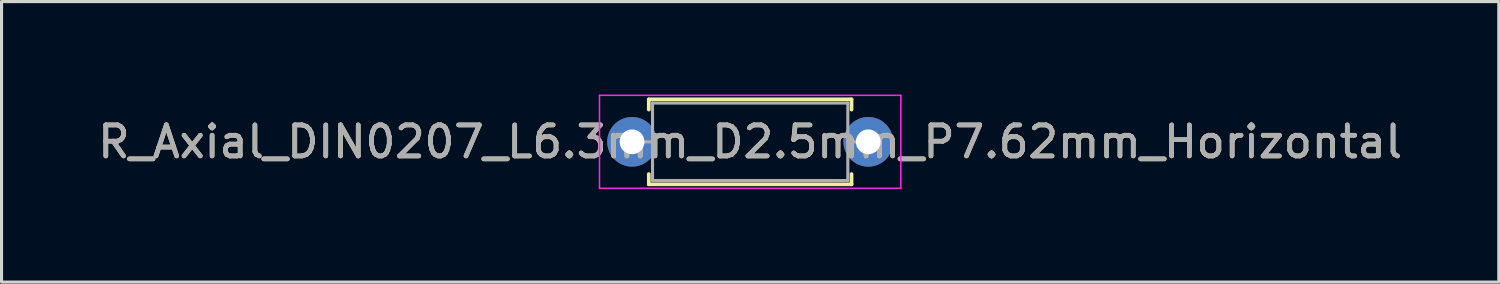
<source format=kicad_pcb>
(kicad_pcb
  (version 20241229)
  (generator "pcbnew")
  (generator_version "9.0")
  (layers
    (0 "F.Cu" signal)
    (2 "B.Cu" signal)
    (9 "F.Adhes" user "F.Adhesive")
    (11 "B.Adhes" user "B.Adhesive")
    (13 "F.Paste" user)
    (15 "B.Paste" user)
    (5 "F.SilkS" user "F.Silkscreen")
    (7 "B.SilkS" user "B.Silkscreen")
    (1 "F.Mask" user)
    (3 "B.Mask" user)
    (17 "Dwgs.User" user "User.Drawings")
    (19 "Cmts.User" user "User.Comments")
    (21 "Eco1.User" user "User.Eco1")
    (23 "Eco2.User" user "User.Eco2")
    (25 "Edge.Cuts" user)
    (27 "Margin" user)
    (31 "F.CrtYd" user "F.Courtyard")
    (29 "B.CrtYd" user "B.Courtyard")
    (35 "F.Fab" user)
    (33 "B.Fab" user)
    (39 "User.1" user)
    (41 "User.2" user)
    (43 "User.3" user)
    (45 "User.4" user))
  (footprint "R_Axial_DIN0207_L6.3mm_D2.5mm_P7.62mm_Horizontal"
    (layer "F.Cu")
    (at 17.339 1.525)
    (property "Reference" "R_Axial_DIN0207_L6.3mm_D2.5mm_P7.62mm_Horizontal" (at 3.81 0 0) (layer "F.SilkS") (effects (font (size 1 1) (thickness 0.15))))
    (attr through_hole)
    (fp_line (start 0.54 -1.37) (end 7.08 -1.37) (stroke (width 0.12) (type solid)) (layer "F.SilkS"))
    (fp_line (start 0.54 -1.04) (end 0.54 -1.37) (stroke (width 0.12) (type solid)) (layer "F.SilkS"))
    (fp_line (start 0.54 1.04) (end 0.54 1.37) (stroke (width 0.12) (type solid)) (layer "F.SilkS"))
    (fp_line (start 0.54 1.37) (end 7.08 1.37) (stroke (width 0.12) (type solid)) (layer "F.SilkS"))
    (fp_line (start 7.08 -1.37) (end 7.08 -1.04) (stroke (width 0.12) (type solid)) (layer "F.SilkS"))
    (fp_line (start 7.08 1.37) (end 7.08 1.04) (stroke (width 0.12) (type solid)) (layer "F.SilkS"))
    (fp_line (start -1.05 -1.5) (end -1.05 1.5) (stroke (width 0.05) (type solid)) (layer "F.CrtYd"))
    (fp_line (start -1.05 1.5) (end 8.67 1.5) (stroke (width 0.05) (type solid)) (layer "F.CrtYd"))
    (fp_line (start 8.67 -1.5) (end -1.05 -1.5) (stroke (width 0.05) (type solid)) (layer "F.CrtYd"))
    (fp_line (start 8.67 1.5) (end 8.67 -1.5) (stroke (width 0.05) (type solid)) (layer "F.CrtYd"))
    (fp_line (start 0 0) (end 0.66 0) (stroke (width 0.1) (type solid)) (layer "F.Fab"))
    (fp_line (start 0.66 -1.25) (end 0.66 1.25) (stroke (width 0.1) (type solid)) (layer "F.Fab"))
    (fp_line (start 0.66 1.25) (end 6.96 1.25) (stroke (width 0.1) (type solid)) (layer "F.Fab"))
    (fp_line (start 6.96 -1.25) (end 0.66 -1.25) (stroke (width 0.1) (type solid)) (layer "F.Fab"))
    (fp_line (start 6.96 1.25) (end 6.96 -1.25) (stroke (width 0.1) (type solid)) (layer "F.Fab"))
    (fp_line (start 7.62 0) (end 6.96 0) (stroke (width 0.1) (type solid)) (layer "F.Fab"))
    (fp_text user "${REFERENCE}" (at 3.81 0 0) (layer "F.Fab") (effects (font (size 1 1) (thickness 0.15))))
    (pad "1" thru_hole circle (at 0 0) (size 1.6 1.6) (drill 0.8) (layers "*.Cu" "*.Mask"))
    (pad "2" thru_hole oval (at 7.62 0) (size 1.6 1.6) (drill 0.8) (layers "*.Cu" "*.Mask")))
  (gr_rect
    (start -3 -3)
    (end 45.298 6.05)
    (stroke (width 0.1) (type default))
    (fill no)
    (layer "Edge.Cuts")))
</source>
